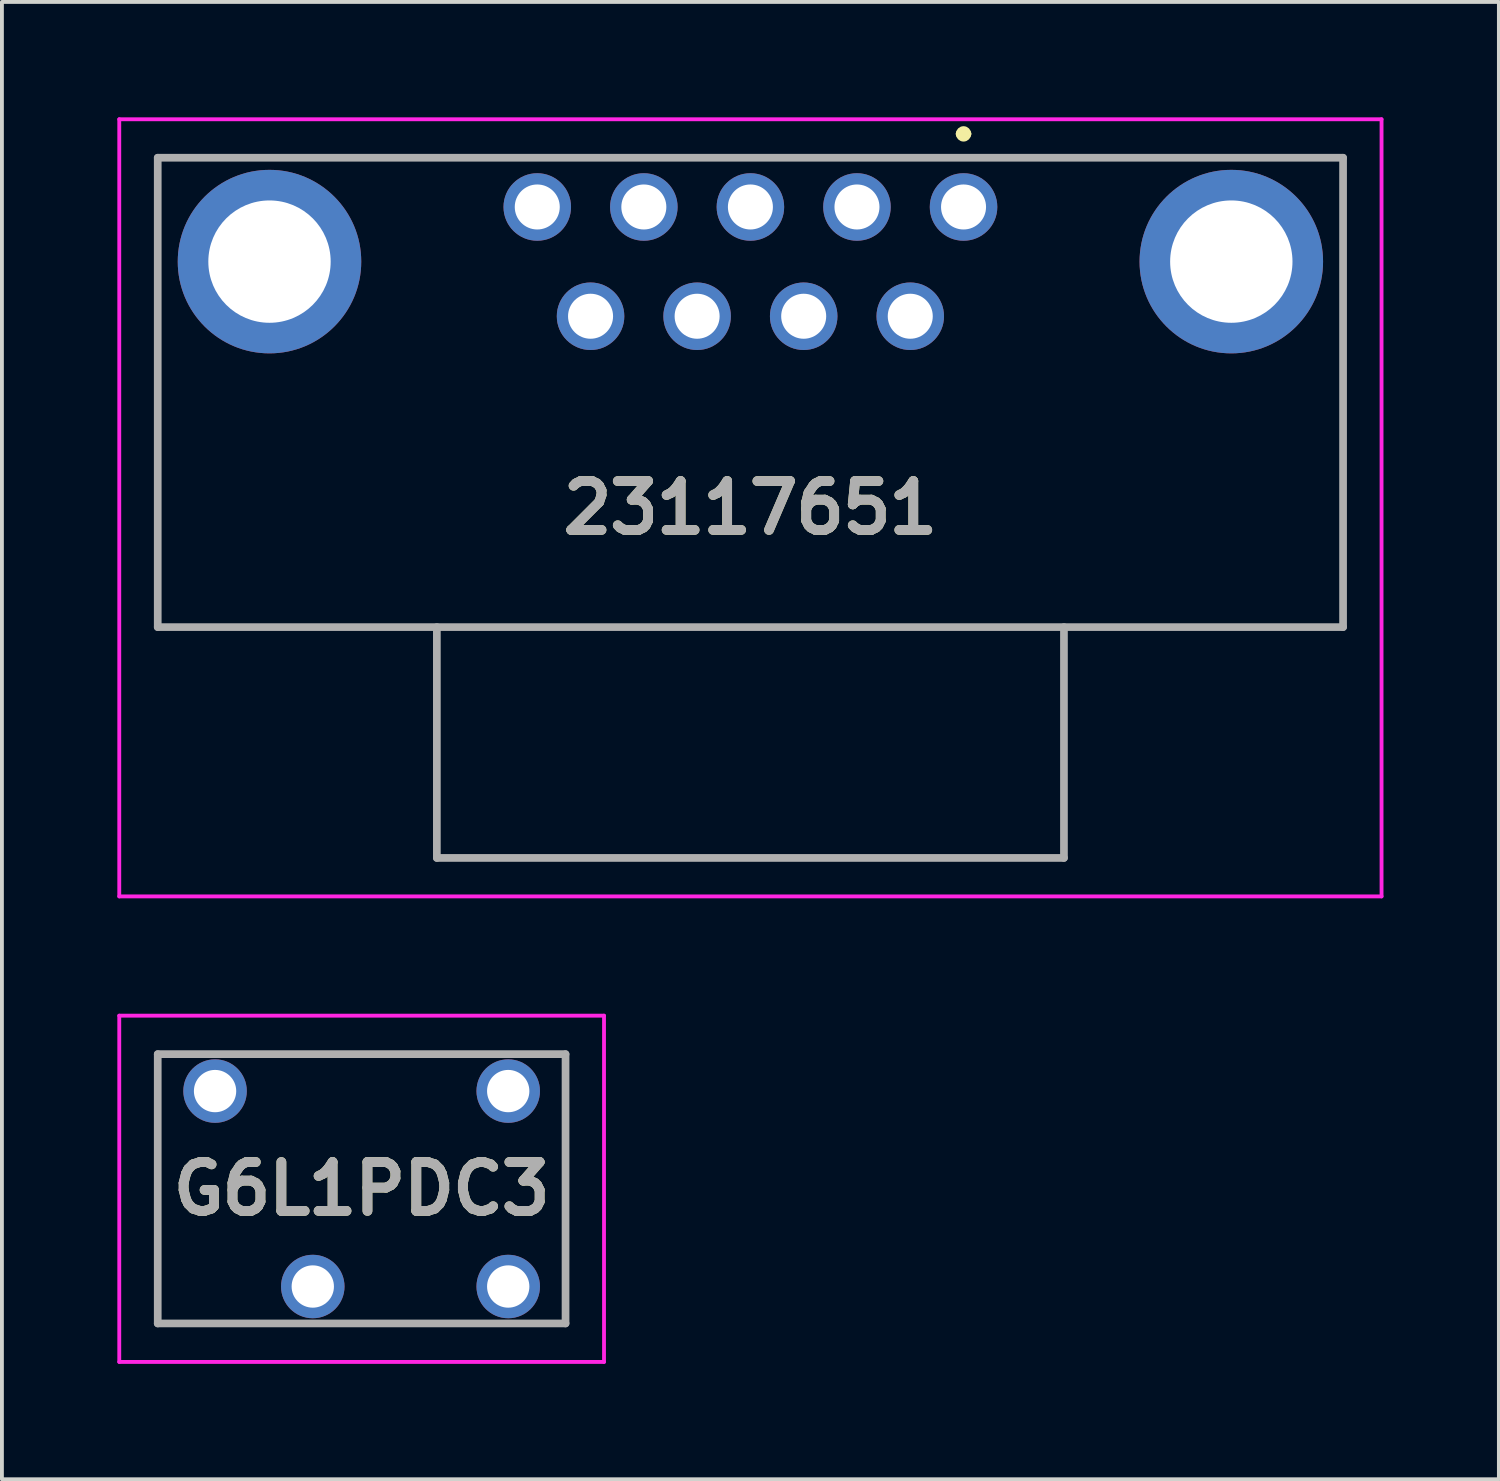
<source format=kicad_pcb>
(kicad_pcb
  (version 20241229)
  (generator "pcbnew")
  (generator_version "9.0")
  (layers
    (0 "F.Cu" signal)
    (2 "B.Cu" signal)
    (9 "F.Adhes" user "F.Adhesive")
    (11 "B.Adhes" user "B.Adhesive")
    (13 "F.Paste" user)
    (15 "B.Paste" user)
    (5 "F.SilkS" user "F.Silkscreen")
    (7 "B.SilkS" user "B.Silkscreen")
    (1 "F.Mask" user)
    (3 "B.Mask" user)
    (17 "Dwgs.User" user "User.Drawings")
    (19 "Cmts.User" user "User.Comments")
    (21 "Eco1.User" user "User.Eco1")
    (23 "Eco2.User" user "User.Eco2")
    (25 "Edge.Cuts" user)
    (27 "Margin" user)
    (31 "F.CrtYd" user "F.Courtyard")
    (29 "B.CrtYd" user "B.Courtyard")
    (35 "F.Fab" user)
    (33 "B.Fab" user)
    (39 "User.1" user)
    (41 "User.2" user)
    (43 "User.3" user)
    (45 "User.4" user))
  (footprint "23117651"
    (layer "F.Cu")
    (at 21.995 2.33)
    (property "Reference" "23117651" (at -5.54 7.82 0) (layer "F.SilkS") (effects (font (size 1.27 1.27) (thickness 0.254))))
    (attr through_hole)
    (fp_line (start -20.945 -1.28) (end 9.865 -1.28) (stroke (width 0.1) (type solid)) (layer "F.SilkS"))
    (fp_line (start -20.945 10.92) (end -20.945 -1.28) (stroke (width 0.1) (type solid)) (layer "F.SilkS"))
    (fp_line (start -0.1 -1.9) (end -0.1 -1.9) (stroke (width 0.2) (type solid)) (layer "F.SilkS"))
    (fp_line (start 0.1 -1.9) (end 0.1 -1.9) (stroke (width 0.2) (type solid)) (layer "F.SilkS"))
    (fp_line (start 9.865 -1.28) (end 9.865 10.92) (stroke (width 0.1) (type solid)) (layer "F.SilkS"))
    (fp_line (start 9.865 10.92) (end -20.945 10.92) (stroke (width 0.1) (type solid)) (layer "F.SilkS"))
    (fp_arc (start -0.1 -1.9) (mid 0 -2) (end 0.1 -1.9) (stroke (width 0.2) (type solid)) (layer "F.SilkS"))
    (fp_arc (start 0.1 -1.9) (mid 0 -1.8) (end -0.1 -1.9) (stroke (width 0.2) (type solid)) (layer "F.SilkS"))
    (fp_line (start -21.945 -2.28) (end 10.865 -2.28) (stroke (width 0.1) (type solid)) (layer "F.CrtYd"))
    (fp_line (start -21.945 17.92) (end -21.945 -2.28) (stroke (width 0.1) (type solid)) (layer "F.CrtYd"))
    (fp_line (start 10.865 -2.28) (end 10.865 17.92) (stroke (width 0.1) (type solid)) (layer "F.CrtYd"))
    (fp_line (start 10.865 17.92) (end -21.945 17.92) (stroke (width 0.1) (type solid)) (layer "F.CrtYd"))
    (fp_line (start -20.945 -1.28) (end 9.865 -1.28) (stroke (width 0.2) (type solid)) (layer "F.Fab"))
    (fp_line (start -20.945 10.92) (end -20.945 -1.28) (stroke (width 0.2) (type solid)) (layer "F.Fab"))
    (fp_line (start -13.69 10.92) (end -13.69 16.92) (stroke (width 0.2) (type solid)) (layer "F.Fab"))
    (fp_line (start -13.69 16.92) (end 2.61 16.92) (stroke (width 0.2) (type solid)) (layer "F.Fab"))
    (fp_line (start 2.61 16.92) (end 2.61 10.92) (stroke (width 0.2) (type solid)) (layer "F.Fab"))
    (fp_line (start 9.865 -1.28) (end 9.865 10.92) (stroke (width 0.2) (type solid)) (layer "F.Fab"))
    (fp_line (start 9.865 10.92) (end -20.945 10.92) (stroke (width 0.2) (type solid)) (layer "F.Fab"))
    (fp_text user "${REFERENCE}" (at -5.54 7.82 0) (layer "F.Fab") (effects (font (size 1.27 1.27) (thickness 0.254))))
    (pad "1" thru_hole circle (at 0 0) (size 1.755 1.755) (drill 1.17) (layers "*.Cu" "*.Mask"))
    (pad "2" thru_hole circle (at -2.77 0) (size 1.755 1.755) (drill 1.17) (layers "*.Cu" "*.Mask"))
    (pad "3" thru_hole circle (at -5.54 0) (size 1.755 1.755) (drill 1.17) (layers "*.Cu" "*.Mask"))
    (pad "4" thru_hole circle (at -8.31 0) (size 1.755 1.755) (drill 1.17) (layers "*.Cu" "*.Mask"))
    (pad "5" thru_hole circle (at -11.08 0) (size 1.755 1.755) (drill 1.17) (layers "*.Cu" "*.Mask"))
    (pad "6" thru_hole circle (at -1.385 2.84) (size 1.755 1.755) (drill 1.17) (layers "*.Cu" "*.Mask"))
    (pad "7" thru_hole circle (at -4.155 2.84) (size 1.755 1.755) (drill 1.17) (layers "*.Cu" "*.Mask"))
    (pad "8" thru_hole circle (at -6.925 2.84) (size 1.755 1.755) (drill 1.17) (layers "*.Cu" "*.Mask"))
    (pad "9" thru_hole circle (at -9.695 2.84) (size 1.755 1.755) (drill 1.17) (layers "*.Cu" "*.Mask"))
    (pad "MH1" thru_hole circle (at -18.04 1.42) (size 4.77 4.77) (drill 3.18) (layers "*.Cu" "*.Mask"))
    (pad "MH2" thru_hole circle (at 6.96 1.42) (size 4.77 4.77) (drill 3.18) (layers "*.Cu" "*.Mask")))
  (footprint "G6L1PDC3"
    (layer "F.Cu")
    (at 5.08 30.39)
    (property "Reference" "G6L1PDC3" (at 1.27 -2.54 0) (layer "F.SilkS") (effects (font (size 1.27 1.27) (thickness 0.254))))
    (attr through_hole)
    (fp_line (start -4.03 -6.04) (end -4.03 0.96) (stroke (width 0.1) (type solid)) (layer "F.SilkS"))
    (fp_line (start -4.03 0.96) (end 6.57 0.96) (stroke (width 0.1) (type solid)) (layer "F.SilkS"))
    (fp_line (start 6.57 -6.04) (end -4.03 -6.04) (stroke (width 0.1) (type solid)) (layer "F.SilkS"))
    (fp_line (start 6.57 0.96) (end 6.57 -6.04) (stroke (width 0.1) (type solid)) (layer "F.SilkS"))
    (fp_line (start -5.03 -7.04) (end -5.03 1.96) (stroke (width 0.1) (type solid)) (layer "F.CrtYd"))
    (fp_line (start -5.03 1.96) (end 7.57 1.96) (stroke (width 0.1) (type solid)) (layer "F.CrtYd"))
    (fp_line (start 7.57 -7.04) (end -5.03 -7.04) (stroke (width 0.1) (type solid)) (layer "F.CrtYd"))
    (fp_line (start 7.57 1.96) (end 7.57 -7.04) (stroke (width 0.1) (type solid)) (layer "F.CrtYd"))
    (fp_line (start -4.03 -6.04) (end -4.03 0.96) (stroke (width 0.2) (type solid)) (layer "F.Fab"))
    (fp_line (start -4.03 0.96) (end 6.57 0.96) (stroke (width 0.2) (type solid)) (layer "F.Fab"))
    (fp_line (start 6.57 -6.04) (end -4.03 -6.04) (stroke (width 0.2) (type solid)) (layer "F.Fab"))
    (fp_line (start 6.57 0.96) (end 6.57 -6.04) (stroke (width 0.2) (type solid)) (layer "F.Fab"))
    (fp_text user "${REFERENCE}" (at 1.27 -2.54 0) (layer "F.Fab") (effects (font (size 1.27 1.27) (thickness 0.254))))
    (pad "2" thru_hole circle (at 0 0) (size 1.65 1.65) (drill 1.1) (layers "*.Cu" "*.Mask"))
    (pad "4" thru_hole circle (at 5.08 0) (size 1.65 1.65) (drill 1.1) (layers "*.Cu" "*.Mask"))
    (pad "5" thru_hole circle (at 5.08 -5.08) (size 1.65 1.65) (drill 1.1) (layers "*.Cu" "*.Mask"))
    (pad "8" thru_hole circle (at -2.54 -5.08) (size 1.65 1.65) (drill 1.1) (layers "*.Cu" "*.Mask")))
  (gr_rect
    (start -3 -3)
    (end 35.91 35.4)
    (stroke (width 0.1) (type default))
    (fill no)
    (layer "Edge.Cuts")))
</source>
